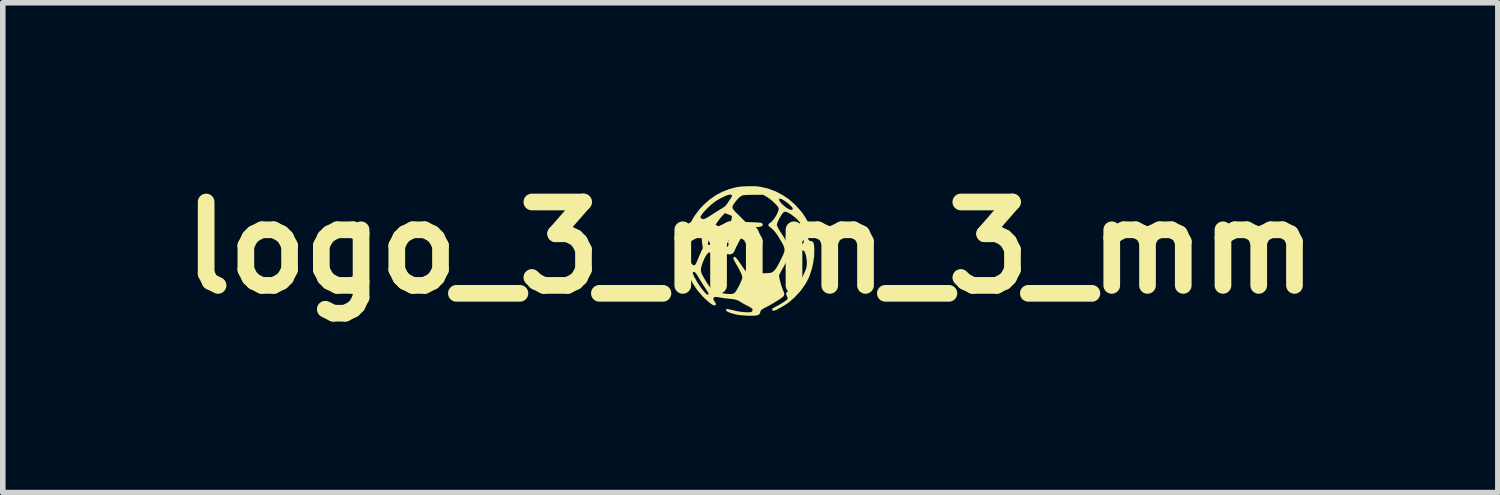
<source format=kicad_pcb>
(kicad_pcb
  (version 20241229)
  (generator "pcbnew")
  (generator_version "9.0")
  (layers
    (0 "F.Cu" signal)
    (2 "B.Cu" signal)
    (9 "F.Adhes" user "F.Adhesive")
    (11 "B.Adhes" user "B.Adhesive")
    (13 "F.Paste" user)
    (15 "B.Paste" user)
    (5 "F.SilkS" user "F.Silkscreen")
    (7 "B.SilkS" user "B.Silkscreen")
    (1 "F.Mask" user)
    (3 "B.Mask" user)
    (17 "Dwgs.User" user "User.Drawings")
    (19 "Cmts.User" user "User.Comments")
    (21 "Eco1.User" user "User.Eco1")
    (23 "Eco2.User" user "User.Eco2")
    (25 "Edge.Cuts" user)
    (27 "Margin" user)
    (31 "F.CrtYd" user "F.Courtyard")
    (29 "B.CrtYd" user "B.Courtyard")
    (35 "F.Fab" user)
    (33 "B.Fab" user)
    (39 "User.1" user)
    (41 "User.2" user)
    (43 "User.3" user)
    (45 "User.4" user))
  (footprint "logo_3_mm_3_mm"
    (layer "F.Cu")
    (at 10.443 1.404)
    (property "Reference" "logo_3_mm_3_mm" (at 0 0 0) (layer "F.SilkS") (effects (font (size 1.5 1.5) (thickness 0.3))))
    (attr board_only exclude_from_pos_files exclude_from_bom)
    (fp_poly (pts (xy 0.085 -1.105) (xy 0.148 -1.1) (xy 0.18 -1.095) (xy 0.322 -1.062) (xy 0.457 -1.012) (xy 0.584 -0.945) (xy 0.703 -0.864) (xy 0.812 -0.766) (xy 0.913 -0.654) (xy 0.938 -0.622) (xy 0.968 -0.579) (xy 0.996 -0.534) (xy 1.021 -0.489) (xy 1.04 -0.448) (xy 1.051 -0.415) (xy 1.054 -0.398) (xy 1.051 -0.374) (xy 1.041 -0.343) (xy 1.036 -0.331) (xy 1.026 -0.305) (xy 1.022 -0.28) (xy 1.022 -0.248) (xy 1.024 -0.224) (xy 1.033 -0.174) (xy 1.048 -0.14) (xy 1.071 -0.121) (xy 1.094 -0.117) (xy 1.115 -0.113) (xy 1.13 -0.098) (xy 1.141 -0.071) (xy 1.148 -0.03) (xy 1.151 0.026) (xy 1.149 0.142) (xy 1.133 0.264) (xy 1.105 0.386) (xy 1.066 0.505) (xy 1.045 0.555) (xy 1.001 0.637) (xy 0.944 0.723) (xy 0.877 0.807) (xy 0.802 0.888) (xy 0.723 0.959) (xy 0.686 0.989) (xy 0.651 1.013) (xy 0.609 1.04) (xy 0.564 1.066) (xy 0.52 1.091) (xy 0.479 1.112) (xy 0.446 1.127) (xy 0.422 1.135) (xy 0.418 1.135) (xy 0.398 1.129) (xy 0.392 1.111) (xy 0.394 1.101) (xy 0.404 1.092) (xy 0.425 1.078) (xy 0.456 1.061) (xy 0.47 1.053) (xy 0.515 1.03) (xy 0.559 1.004) (xy 0.6 0.979) (xy 0.634 0.955) (xy 0.658 0.936) (xy 0.67 0.923) (xy 0.671 0.922) (xy 0.67 0.907) (xy 0.663 0.882) (xy 0.657 0.868) (xy 0.646 0.843) (xy 0.643 0.828) (xy 0.647 0.816) (xy 0.655 0.803) (xy 0.674 0.786) (xy 0.702 0.769) (xy 0.718 0.762) (xy 0.775 0.734) (xy 0.821 0.699) (xy 0.86 0.655) (xy 0.885 0.62) (xy 0.912 0.575) (xy 0.939 0.523) (xy 0.965 0.47) (xy 0.987 0.419) (xy 1.003 0.377) (xy 1.01 0.353) (xy 1.015 0.307) (xy 1.016 0.254) (xy 1.011 0.2) (xy 1.002 0.149) (xy 0.99 0.105) (xy 0.975 0.072) (xy 0.964 0.059) (xy 0.949 0.049) (xy 0.928 0.046) (xy 0.903 0.048) (xy 0.855 0.057) (xy 0.81 0.067) (xy 0.771 0.08) (xy 0.744 0.092) (xy 0.736 0.097) (xy 0.725 0.111) (xy 0.709 0.138) (xy 0.689 0.172) (xy 0.674 0.203) (xy 0.649 0.251) (xy 0.619 0.307) (xy 0.59 0.36) (xy 0.576 0.384) (xy 0.555 0.422) (xy 0.536 0.457) (xy 0.523 0.484) (xy 0.518 0.498) (xy 0.518 0.515) (xy 0.523 0.546) (xy 0.532 0.586) (xy 0.544 0.631) (xy 0.557 0.678) (xy 0.571 0.722) (xy 0.585 0.759) (xy 0.596 0.786) (xy 0.61 0.82) (xy 0.61 0.847) (xy 0.598 0.871) (xy 0.592 0.878) (xy 0.574 0.894) (xy 0.543 0.916) (xy 0.502 0.944) (xy 0.454 0.974) (xy 0.402 1.005) (xy 0.35 1.035) (xy 0.299 1.062) (xy 0.279 1.072) (xy 0.239 1.093) (xy 0.212 1.109) (xy 0.195 1.122) (xy 0.187 1.134) (xy 0.184 1.142) (xy 0.175 1.176) (xy 0.162 1.197) (xy 0.142 1.21) (xy 0.128 1.215) (xy 0.098 1.22) (xy 0.053 1.223) (xy -0.003 1.224) (xy -0.067 1.222) (xy -0.136 1.218) (xy -0.153 1.216) (xy -0.204 1.211) (xy -0.249 1.203) (xy -0.294 1.192) (xy -0.347 1.177) (xy -0.367 1.17) (xy -0.408 1.153) (xy -0.431 1.136) (xy -0.436 1.117) (xy -0.433 1.108) (xy -0.427 1.104) (xy -0.414 1.103) (xy -0.393 1.106) (xy -0.36 1.113) (xy -0.312 1.124) (xy -0.305 1.126) (xy -0.228 1.144) (xy -0.16 1.154) (xy -0.094 1.16) (xy -0.086 1.16) (xy -0.042 1.162) (xy -0.012 1.162) (xy 0.007 1.16) (xy 0.019 1.155) (xy 0.028 1.148) (xy 0.031 1.145) (xy 0.042 1.125) (xy 0.039 1.106) (xy 0.02 1.086) (xy -0.015 1.064) (xy -0.041 1.051) (xy -0.081 1.03) (xy -0.124 1.007) (xy -0.159 0.986) (xy -0.161 0.985) (xy -0.198 0.962) (xy -0.23 0.946) (xy -0.262 0.935) (xy -0.299 0.927) (xy -0.347 0.922) (xy -0.371 0.919) (xy -0.423 0.914) (xy -0.479 0.907) (xy -0.53 0.899) (xy -0.552 0.895) (xy -0.598 0.887) (xy -0.63 0.886) (xy -0.65 0.891) (xy -0.661 0.903) (xy -0.665 0.918) (xy -0.661 0.938) (xy -0.647 0.964) (xy -0.64 0.972) (xy -0.622 1.002) (xy -0.618 1.023) (xy -0.629 1.035) (xy -0.654 1.037) (xy -0.658 1.036) (xy -0.678 1.028) (xy -0.708 1.009) (xy -0.744 0.98) (xy -0.785 0.946) (xy -0.827 0.906) (xy -0.861 0.872) (xy -0.956 0.761) (xy -1.034 0.644) (xy -1.096 0.519) (xy -1.119 0.453) (xy -1.035 0.453) (xy -1.031 0.471) (xy -1.019 0.5) (xy -1.005 0.529) (xy -0.951 0.627) (xy -0.883 0.726) (xy -0.838 0.782) (xy -0.807 0.817) (xy -0.784 0.838) (xy -0.767 0.846) (xy -0.756 0.843) (xy -0.752 0.838) (xy -0.751 0.83) (xy -0.754 0.818) (xy -0.764 0.799) (xy -0.781 0.771) (xy -0.807 0.731) (xy -0.82 0.712) (xy -0.848 0.669) (xy -0.88 0.618) (xy -0.91 0.569) (xy -0.921 0.55) (xy -0.951 0.5) (xy -0.975 0.465) (xy -0.995 0.444) (xy -1.01 0.435) (xy -1.022 0.436) (xy -1.032 0.442) (xy -1.035 0.453) (xy -1.119 0.453) (xy -1.135 0.408) (xy -0.889 0.408) (xy -0.884 0.438) (xy -0.871 0.472) (xy -0.85 0.514) (xy -0.828 0.554) (xy -0.784 0.627) (xy -0.744 0.684) (xy -0.707 0.729) (xy -0.668 0.762) (xy -0.628 0.785) (xy -0.584 0.801) (xy -0.566 0.806) (xy -0.48 0.823) (xy -0.41 0.832) (xy -0.355 0.834) (xy -0.312 0.827) (xy -0.286 0.816) (xy -0.271 0.8) (xy -0.252 0.772) (xy -0.229 0.735) (xy -0.206 0.692) (xy -0.184 0.647) (xy -0.165 0.605) (xy -0.152 0.569) (xy -0.145 0.543) (xy -0.144 0.538) (xy -0.147 0.514) (xy -0.157 0.482) (xy -0.175 0.442) (xy -0.2 0.391) (xy -0.235 0.328) (xy -0.249 0.304) (xy -0.273 0.261) (xy -0.29 0.229) (xy -0.3 0.208) (xy -0.304 0.194) (xy -0.304 0.183) (xy -0.299 0.174) (xy -0.298 0.172) (xy -0.288 0.164) (xy -0.276 0.166) (xy -0.259 0.18) (xy -0.236 0.206) (xy -0.207 0.246) (xy -0.17 0.3) (xy -0.169 0.301) (xy -0.135 0.352) (xy -0.108 0.391) (xy -0.084 0.419) (xy -0.06 0.439) (xy -0.033 0.452) (xy 0.001 0.459) (xy 0.043 0.462) (xy 0.098 0.463) (xy 0.16 0.462) (xy 0.216 0.461) (xy 0.269 0.459) (xy 0.315 0.457) (xy 0.349 0.454) (xy 0.369 0.451) (xy 0.395 0.441) (xy 0.419 0.424) (xy 0.443 0.399) (xy 0.468 0.364) (xy 0.497 0.316) (xy 0.53 0.254) (xy 0.542 0.229) (xy 0.572 0.168) (xy 0.595 0.119) (xy 0.609 0.079) (xy 0.615 0.044) (xy 0.613 0.011) (xy 0.602 -0.025) (xy 0.583 -0.065) (xy 0.555 -0.115) (xy 0.524 -0.167) (xy 0.48 -0.236) (xy 0.439 -0.291) (xy 0.401 -0.332) (xy 0.364 -0.363) (xy 0.358 -0.366) (xy 0.332 -0.388) (xy 0.324 -0.409) (xy 0.327 -0.415) (xy 0.478 -0.415) (xy 0.481 -0.395) (xy 0.492 -0.368) (xy 0.512 -0.332) (xy 0.539 -0.289) (xy 0.568 -0.244) (xy 0.597 -0.197) (xy 0.623 -0.154) (xy 0.639 -0.126) (xy 0.671 -0.073) (xy 0.701 -0.037) (xy 0.728 -0.017) (xy 0.753 -0.012) (xy 0.755 -0.013) (xy 0.777 -0.017) (xy 0.809 -0.023) (xy 0.838 -0.028) (xy 0.889 -0.039) (xy 0.925 -0.053) (xy 0.947 -0.072) (xy 0.96 -0.097) (xy 0.964 -0.132) (xy 0.964 -0.141) (xy 0.961 -0.187) (xy 0.954 -0.242) (xy 0.944 -0.3) (xy 0.932 -0.355) (xy 0.919 -0.399) (xy 0.918 -0.403) (xy 0.89 -0.455) (xy 0.845 -0.508) (xy 0.781 -0.563) (xy 0.727 -0.602) (xy 0.686 -0.627) (xy 0.655 -0.642) (xy 0.632 -0.647) (xy 0.612 -0.643) (xy 0.597 -0.635) (xy 0.581 -0.618) (xy 0.561 -0.59) (xy 0.539 -0.554) (xy 0.517 -0.514) (xy 0.498 -0.475) (xy 0.484 -0.442) (xy 0.478 -0.418) (xy 0.478 -0.415) (xy 0.327 -0.415) (xy 0.334 -0.43) (xy 0.36 -0.449) (xy 0.386 -0.47) (xy 0.415 -0.503) (xy 0.444 -0.543) (xy 0.47 -0.586) (xy 0.491 -0.63) (xy 0.505 -0.669) (xy 0.51 -0.7) (xy 0.51 -0.708) (xy 0.5 -0.729) (xy 0.478 -0.758) (xy 0.447 -0.791) (xy 0.411 -0.826) (xy 0.371 -0.861) (xy 0.366 -0.864) (xy 0.515 -0.864) (xy 0.524 -0.841) (xy 0.548 -0.809) (xy 0.56 -0.795) (xy 0.603 -0.755) (xy 0.645 -0.722) (xy 0.683 -0.698) (xy 0.716 -0.683) (xy 0.742 -0.679) (xy 0.759 -0.687) (xy 0.764 -0.7) (xy 0.759 -0.716) (xy 0.739 -0.741) (xy 0.709 -0.77) (xy 0.669 -0.804) (xy 0.621 -0.839) (xy 0.608 -0.848) (xy 0.568 -0.871) (xy 0.539 -0.881) (xy 0.521 -0.878) (xy 0.515 -0.864) (xy 0.366 -0.864) (xy 0.331 -0.891) (xy 0.295 -0.915) (xy 0.288 -0.919) (xy 0.23 -0.951) (xy 0.068 -0.951) (xy 0.013 -0.95) (xy -0.038 -0.949) (xy -0.082 -0.947) (xy -0.114 -0.945) (xy -0.129 -0.943) (xy -0.167 -0.927) (xy -0.208 -0.895) (xy -0.251 -0.847) (xy -0.276 -0.815) (xy -0.298 -0.783) (xy -0.313 -0.758) (xy -0.321 -0.736) (xy -0.32 -0.715) (xy -0.31 -0.693) (xy -0.289 -0.667) (xy -0.258 -0.633) (xy -0.214 -0.59) (xy -0.206 -0.582) (xy -0.086 -0.462) (xy 0.05 -0.457) (xy 0.108 -0.455) (xy 0.151 -0.452) (xy 0.18 -0.449) (xy 0.2 -0.444) (xy 0.212 -0.438) (xy 0.219 -0.429) (xy 0.221 -0.422) (xy 0.223 -0.403) (xy 0.213 -0.39) (xy 0.19 -0.38) (xy 0.151 -0.373) (xy 0.114 -0.369) (xy 0.055 -0.363) (xy 0.01 -0.355) (xy -0.024 -0.346) (xy -0.051 -0.332) (xy -0.074 -0.314) (xy -0.086 -0.302) (xy -0.102 -0.281) (xy -0.125 -0.247) (xy -0.151 -0.203) (xy -0.179 -0.154) (xy -0.207 -0.103) (xy -0.233 -0.052) (xy -0.256 -0.007) (xy -0.272 0.03) (xy -0.275 0.038) (xy -0.297 0.082) (xy -0.325 0.109) (xy -0.359 0.12) (xy -0.363 0.121) (xy -0.381 0.12) (xy -0.413 0.117) (xy -0.457 0.114) (xy -0.509 0.109) (xy -0.565 0.104) (xy -0.571 0.103) (xy -0.75 0.086) (xy -0.779 0.118) (xy -0.8 0.147) (xy -0.823 0.19) (xy -0.845 0.241) (xy -0.866 0.296) (xy -0.88 0.345) (xy -0.887 0.378) (xy -0.889 0.408) (xy -1.135 0.408) (xy -1.142 0.388) (xy -1.172 0.248) (xy -1.186 0.099) (xy -1.187 0.086) (xy -1.186 0.045) (xy -1.098 0.045) (xy -1.096 0.119) (xy -1.09 0.185) (xy -1.08 0.237) (xy -1.065 0.274) (xy -1.045 0.3) (xy -1.039 0.306) (xy -1.016 0.318) (xy -0.997 0.313) (xy -0.979 0.291) (xy -0.977 0.286) (xy -0.964 0.258) (xy -0.952 0.228) (xy -0.951 0.226) (xy -0.942 0.205) (xy -0.928 0.172) (xy -0.911 0.132) (xy -0.897 0.101) (xy -0.854 0.007) (xy -0.863 -0.055) (xy -0.765 -0.055) (xy -0.709 -0.047) (xy -0.679 -0.044) (xy -0.657 -0.043) (xy -0.648 -0.044) (xy -0.643 -0.055) (xy -0.637 -0.078) (xy -0.631 -0.101) (xy -0.629 -0.11) (xy -0.505 -0.11) (xy -0.505 -0.069) (xy -0.504 -0.047) (xy -0.499 -0.033) (xy -0.486 -0.025) (xy -0.462 -0.021) (xy -0.426 -0.019) (xy -0.405 -0.02) (xy -0.398 -0.028) (xy -0.396 -0.04) (xy -0.394 -0.063) (xy -0.391 -0.075) (xy -0.391 -0.084) (xy -0.399 -0.091) (xy -0.419 -0.097) (xy -0.454 -0.103) (xy -0.462 -0.104) (xy -0.505 -0.11) (xy -0.629 -0.11) (xy -0.623 -0.131) (xy -0.614 -0.149) (xy -0.609 -0.153) (xy -0.595 -0.152) (xy -0.569 -0.148) (xy -0.534 -0.142) (xy -0.495 -0.136) (xy -0.458 -0.129) (xy -0.426 -0.123) (xy -0.412 -0.121) (xy -0.395 -0.119) (xy -0.389 -0.126) (xy -0.387 -0.146) (xy -0.386 -0.178) (xy -0.382 -0.223) (xy -0.376 -0.276) (xy -0.369 -0.333) (xy -0.361 -0.39) (xy -0.352 -0.44) (xy -0.345 -0.481) (xy -0.343 -0.491) (xy -0.335 -0.525) (xy -0.331 -0.552) (xy -0.331 -0.568) (xy -0.332 -0.569) (xy -0.343 -0.576) (xy -0.366 -0.586) (xy -0.396 -0.598) (xy -0.398 -0.598) (xy -0.458 -0.621) (xy -0.512 -0.564) (xy -0.549 -0.52) (xy -0.586 -0.47) (xy -0.621 -0.417) (xy -0.649 -0.367) (xy -0.662 -0.341) (xy -0.675 -0.308) (xy -0.628 -0.298) (xy -0.598 -0.291) (xy -0.571 -0.285) (xy -0.562 -0.283) (xy -0.545 -0.283) (xy -0.536 -0.298) (xy -0.536 -0.299) (xy -0.529 -0.315) (xy -0.517 -0.338) (xy -0.503 -0.362) (xy -0.489 -0.385) (xy -0.478 -0.4) (xy -0.473 -0.404) (xy -0.473 -0.394) (xy -0.475 -0.371) (xy -0.478 -0.341) (xy -0.482 -0.309) (xy -0.486 -0.28) (xy -0.489 -0.259) (xy -0.491 -0.253) (xy -0.494 -0.247) (xy -0.501 -0.244) (xy -0.515 -0.244) (xy -0.536 -0.246) (xy -0.569 -0.252) (xy -0.614 -0.262) (xy -0.673 -0.275) (xy -0.682 -0.275) (xy -0.691 -0.269) (xy -0.701 -0.253) (xy -0.713 -0.225) (xy -0.723 -0.2) (xy -0.738 -0.161) (xy -0.75 -0.125) (xy -0.758 -0.096) (xy -0.759 -0.089) (xy -0.765 -0.055) (xy -0.863 -0.055) (xy -0.864 -0.062) (xy -0.869 -0.097) (xy -0.873 -0.145) (xy -0.877 -0.199) (xy -0.88 -0.253) (xy -0.88 -0.257) (xy -0.883 -0.314) (xy -0.887 -0.356) (xy -0.893 -0.384) (xy -0.902 -0.402) (xy -0.915 -0.411) (xy -0.932 -0.414) (xy -0.938 -0.414) (xy -0.96 -0.41) (xy -0.98 -0.396) (xy -0.999 -0.369) (xy -1.013 -0.344) (xy -1.048 -0.26) (xy -1.074 -0.164) (xy -1.091 -0.061) (xy -1.098 0.045) (xy -1.186 0.045) (xy -1.183 -0.057) (xy -1.162 -0.196) (xy -1.124 -0.33) (xy -1.069 -0.458) (xy -1.019 -0.545) (xy -0.897 -0.545) (xy -0.89 -0.535) (xy -0.888 -0.532) (xy -0.871 -0.518) (xy -0.852 -0.513) (xy -0.827 -0.517) (xy -0.795 -0.53) (xy -0.753 -0.554) (xy -0.706 -0.584) (xy -0.663 -0.612) (xy -0.621 -0.639) (xy -0.584 -0.662) (xy -0.557 -0.678) (xy -0.554 -0.68) (xy -0.507 -0.708) (xy -0.471 -0.732) (xy -0.445 -0.755) (xy -0.424 -0.78) (xy -0.409 -0.801) (xy -0.387 -0.835) (xy -0.364 -0.87) (xy -0.35 -0.89) (xy -0.332 -0.92) (xy -0.329 -0.94) (xy -0.34 -0.951) (xy -0.367 -0.955) (xy -0.368 -0.955) (xy -0.394 -0.95) (xy -0.431 -0.937) (xy -0.475 -0.918) (xy -0.524 -0.893) (xy -0.574 -0.866) (xy -0.62 -0.838) (xy -0.651 -0.816) (xy -0.697 -0.779) (xy -0.746 -0.735) (xy -0.794 -0.688) (xy -0.836 -0.642) (xy -0.868 -0.602) (xy -0.871 -0.597) (xy -0.889 -0.571) (xy -0.897 -0.555) (xy -0.897 -0.545) (xy -1.019 -0.545) (xy -0.998 -0.579) (xy -0.911 -0.694) (xy -0.842 -0.767) (xy -0.736 -0.862) (xy -0.626 -0.94) (xy -0.509 -1.003) (xy -0.384 -1.052) (xy -0.259 -1.086) (xy -0.205 -1.095) (xy -0.138 -1.101) (xy -0.063 -1.105) (xy 0.012 -1.106)) (stroke (width 0) (type solid)) (fill yes) (layer "F.SilkS")))
  (gr_rect
    (start -3 -3)
    (end 23.886 5.808)
    (stroke (width 0.1) (type default))
    (fill no)
    (layer "Edge.Cuts")))
</source>
